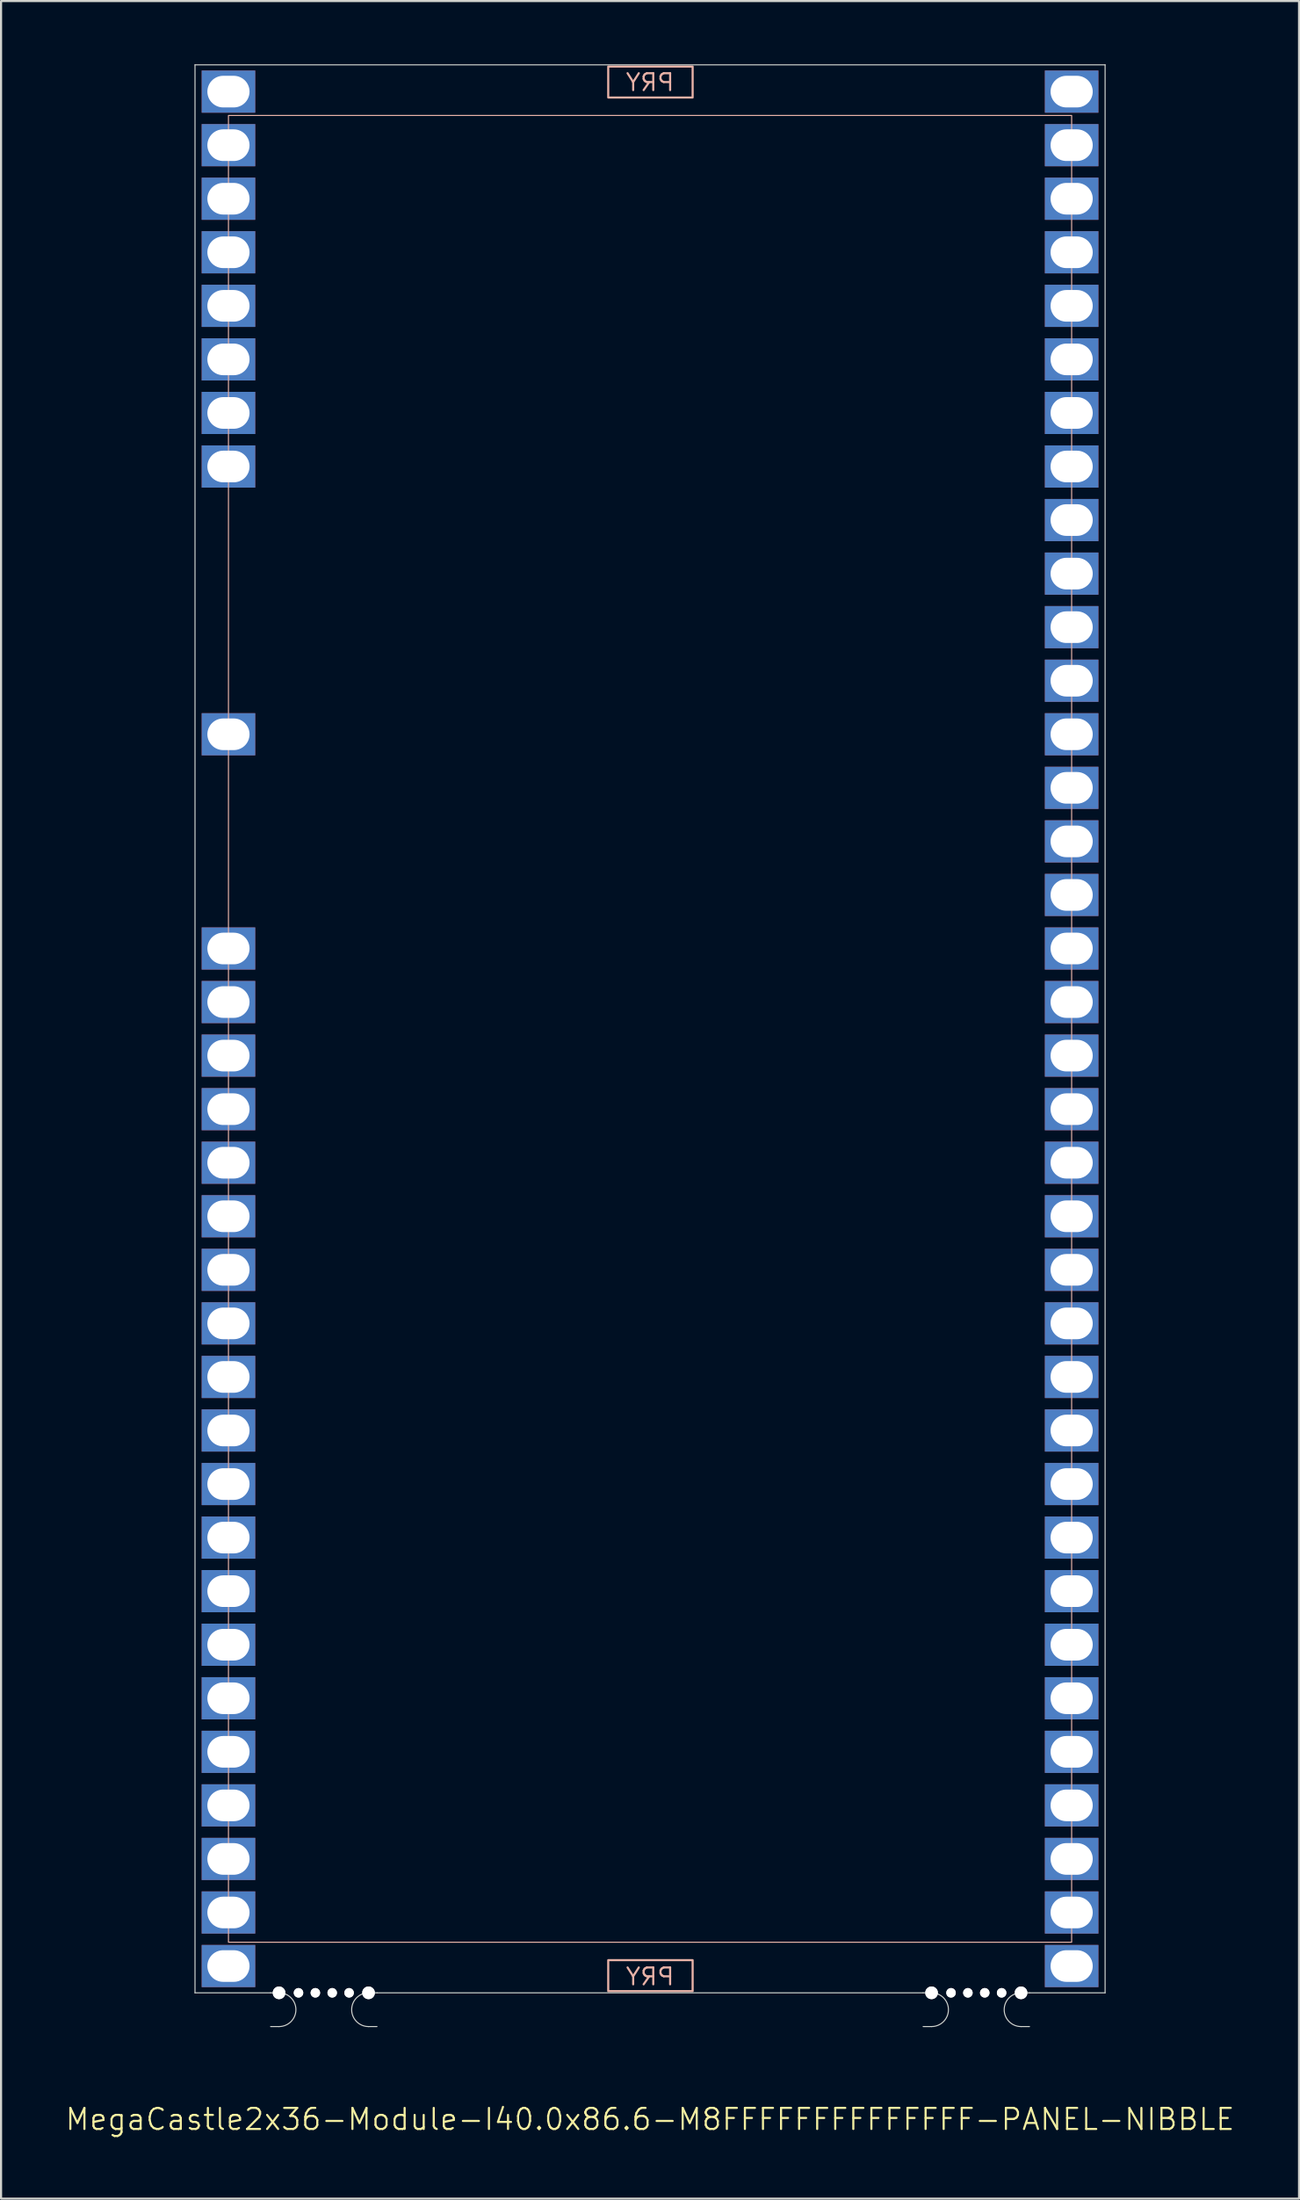
<source format=kicad_pcb>
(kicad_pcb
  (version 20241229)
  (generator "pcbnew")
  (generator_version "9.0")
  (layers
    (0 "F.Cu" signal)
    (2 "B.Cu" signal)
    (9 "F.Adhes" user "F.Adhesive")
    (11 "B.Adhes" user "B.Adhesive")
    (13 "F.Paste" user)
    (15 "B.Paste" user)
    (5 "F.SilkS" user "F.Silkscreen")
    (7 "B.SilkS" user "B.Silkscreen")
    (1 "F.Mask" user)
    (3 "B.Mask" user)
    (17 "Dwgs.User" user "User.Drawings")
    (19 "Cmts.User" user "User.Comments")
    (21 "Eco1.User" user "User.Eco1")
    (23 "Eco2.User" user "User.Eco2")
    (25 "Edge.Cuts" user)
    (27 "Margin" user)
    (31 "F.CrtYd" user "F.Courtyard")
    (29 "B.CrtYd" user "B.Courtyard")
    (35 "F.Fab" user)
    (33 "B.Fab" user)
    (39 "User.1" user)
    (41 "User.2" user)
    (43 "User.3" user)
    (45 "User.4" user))
  (footprint "MegaCastle2x36-Module-I40.0x86.6-M8FFFFFFFFFFFFFF-PANEL-NIBBLE"
    (layer "F.Cu")
    (at 27.788 45.745)
    (property "Reference" "MegaCastle2x36-Module-I40.0x86.6-M8FFFFFFFFFFFFFF-PANEL-NIBBLE" (at 0 51.72 0) (unlocked yes) (layer "F.SilkS") (effects (font (size 1 1) (thickness 0.1))))
    (attr smd)
    (fp_rect (start -20 43.32) (end 20 -43.32) (stroke (width 0.05) (type default)) (fill no) (layer "B.SilkS"))
    (fp_rect (start -1.984 -44.171) (end 2.02 -45.64) (stroke (width 0.1) (type default)) (fill no) (layer "B.SilkS"))
    (fp_rect (start -1.984 44.171) (end 2.02 45.64) (stroke (width 0.1) (type default)) (fill no) (layer "B.SilkS"))
    (fp_line (start -21.587 -45.72) (end -21.587 45.72) (stroke (width 0.05) (type default)) (layer "Edge.Cuts"))
    (fp_line (start -21.587 -45.72) (end 21.587 -45.72) (stroke (width 0.05) (type default)) (layer "Edge.Cuts"))
    (fp_line (start -21.587 45.72) (end -18 45.72) (stroke (width 0.05) (type default)) (layer "Edge.Cuts"))
    (fp_line (start -18 45.72) (end -17.6 45.72) (stroke (width 0.05) (type default)) (layer "Edge.Cuts"))
    (fp_line (start -18 47.32) (end -17.6 47.32) (stroke (width 0.05) (type default)) (layer "Edge.Cuts"))
    (fp_line (start -12.955 45.72) (end -13.355 45.72) (stroke (width 0.05) (type default)) (layer "Edge.Cuts"))
    (fp_line (start -12.955 45.72) (end 12.955 45.72) (stroke (width 0.05) (type default)) (layer "Edge.Cuts"))
    (fp_line (start -12.955 47.32) (end -13.355 47.32) (stroke (width 0.05) (type default)) (layer "Edge.Cuts"))
    (fp_line (start 12.955 45.72) (end 13.355 45.72) (stroke (width 0.05) (type default)) (layer "Edge.Cuts"))
    (fp_line (start 12.955 47.32) (end 13.355 47.32) (stroke (width 0.05) (type default)) (layer "Edge.Cuts"))
    (fp_line (start 18 45.72) (end 17.6 45.72) (stroke (width 0.05) (type default)) (layer "Edge.Cuts"))
    (fp_line (start 18 45.72) (end 21.587 45.72) (stroke (width 0.05) (type default)) (layer "Edge.Cuts"))
    (fp_line (start 18 47.32) (end 17.6 47.32) (stroke (width 0.05) (type default)) (layer "Edge.Cuts"))
    (fp_line (start 21.587 -45.72) (end 21.587 45.72) (stroke (width 0.05) (type default)) (layer "Edge.Cuts"))
    (fp_arc (start -17.6 45.720001) (mid -16.799999 46.52) (end -17.6 47.32) (stroke (width 0.05) (type default)) (layer "Edge.Cuts"))
    (fp_arc (start -13.355 47.32) (mid -14.154999 46.520001) (end -13.355 45.720001) (stroke (width 0.05) (type default)) (layer "Edge.Cuts"))
    (fp_arc (start 13.355001 45.720001) (mid 14.155002 46.52) (end 13.355001 47.32) (stroke (width 0.05) (type default)) (layer "Edge.Cuts"))
    (fp_arc (start 17.600002 47.32) (mid 16.8 46.52) (end 17.600002 45.720001) (stroke (width 0.05) (type default)) (layer "Edge.Cuts"))
    (fp_text user "PRY" (at 0 45.42 0) (unlocked yes) (layer "B.SilkS") (effects (font (size 0.8 0.8) (thickness 0.1)) (justify bottom mirror)))
    (fp_text user "PRY" (at 0 -44.42 0) (unlocked yes) (layer "B.SilkS") (effects (font (size 0.8 0.8) (thickness 0.1)) (justify bottom mirror)))
    (pad "" np_thru_hole circle (at -17.6 45.72) (size 0.6 0.6) (drill 0.6) (layers "*.Cu" "Edge.Cuts"))
    (pad "" np_thru_hole circle (at -16.677 45.72) (size 0.45 0.45) (drill 0.45) (layers "*.Cu" "Edge.Cuts"))
    (pad "" np_thru_hole circle (at -15.878 45.72) (size 0.45 0.45) (drill 0.45) (layers "*.Cu" "Edge.Cuts"))
    (pad "" np_thru_hole circle (at -15.078 45.72) (size 0.45 0.45) (drill 0.45) (layers "*.Cu" "Edge.Cuts"))
    (pad "" np_thru_hole circle (at -14.277 45.72) (size 0.45 0.45) (drill 0.45) (layers "*.Cu" "Edge.Cuts"))
    (pad "" np_thru_hole circle (at -13.355 45.72) (size 0.6 0.6) (drill 0.6) (layers "*.Cu" "Edge.Cuts"))
    (pad "" np_thru_hole circle (at 13.355 45.72) (size 0.6 0.6) (drill 0.6) (layers "*.Cu" "Edge.Cuts"))
    (pad "" np_thru_hole circle (at 14.278 45.72) (size 0.45 0.45) (drill 0.45) (layers "*.Cu" "Edge.Cuts"))
    (pad "" np_thru_hole circle (at 15.078 45.72) (size 0.45 0.45) (drill 0.45) (layers "*.Cu" "Edge.Cuts"))
    (pad "" np_thru_hole circle (at 15.878 45.72) (size 0.45 0.45) (drill 0.45) (layers "*.Cu" "Edge.Cuts"))
    (pad "" np_thru_hole circle (at 16.678 45.72) (size 0.45 0.45) (drill 0.45) (layers "*.Cu" "Edge.Cuts"))
    (pad "" np_thru_hole circle (at 17.6 45.72) (size 0.6 0.6) (drill 0.6) (layers "*.Cu" "Edge.Cuts"))
    (pad "1" thru_hole rect (at -20 -44.45) (size 2.54 2) (drill oval 2 1.5) (property pad_prop_castellated) (layers "*.Cu" "*.Mask"))
    (pad "2" thru_hole rect (at -20 -41.91) (size 2.54 2) (drill oval 2 1.5) (property pad_prop_castellated) (layers "*.Cu" "*.Mask"))
    (pad "3" thru_hole rect (at -20 -39.37) (size 2.54 2) (drill oval 2 1.5) (property pad_prop_castellated) (layers "*.Cu" "*.Mask"))
    (pad "4" thru_hole rect (at -20 -36.83) (size 2.54 2) (drill oval 2 1.5) (property pad_prop_castellated) (layers "*.Cu" "*.Mask"))
    (pad "5" thru_hole rect (at -20 -34.29) (size 2.54 2) (drill oval 2 1.5) (property pad_prop_castellated) (layers "*.Cu" "*.Mask"))
    (pad "6" thru_hole rect (at -20 -31.75) (size 2.54 2) (drill oval 2 1.5) (property pad_prop_castellated) (layers "*.Cu" "*.Mask"))
    (pad "7" thru_hole rect (at -20 -29.21) (size 2.54 2) (drill oval 2 1.5) (property pad_prop_castellated) (layers "*.Cu" "*.Mask"))
    (pad "8" thru_hole rect (at -20 -26.67) (size 2.54 2) (drill oval 2 1.5) (property pad_prop_castellated) (layers "*.Cu" "*.Mask"))
    (pad "13" thru_hole rect (at -20 -13.97) (size 2.54 2) (drill oval 2 1.5) (property pad_prop_castellated) (layers "*.Cu" "*.Mask"))
    (pad "17" thru_hole rect (at -20 -3.81) (size 2.54 2) (drill oval 2 1.5) (property pad_prop_castellated) (layers "*.Cu" "*.Mask"))
    (pad "18" thru_hole rect (at -20 -1.27) (size 2.54 2) (drill oval 2 1.5) (property pad_prop_castellated) (layers "*.Cu" "*.Mask"))
    (pad "19" thru_hole rect (at -20 1.27) (size 2.54 2) (drill oval 2 1.5) (property pad_prop_castellated) (layers "*.Cu" "*.Mask"))
    (pad "20" thru_hole rect (at -20 3.81) (size 2.54 2) (drill oval 2 1.5) (property pad_prop_castellated) (layers "*.Cu" "*.Mask"))
    (pad "21" thru_hole rect (at -20 6.35) (size 2.54 2) (drill oval 2 1.5) (property pad_prop_castellated) (layers "*.Cu" "*.Mask"))
    (pad "22" thru_hole rect (at -20 8.89) (size 2.54 2) (drill oval 2 1.5) (property pad_prop_castellated) (layers "*.Cu" "*.Mask"))
    (pad "23" thru_hole rect (at -20 11.43) (size 2.54 2) (drill oval 2 1.5) (property pad_prop_castellated) (layers "*.Cu" "*.Mask"))
    (pad "24" thru_hole rect (at -20 13.97) (size 2.54 2) (drill oval 2 1.5) (property pad_prop_castellated) (layers "*.Cu" "*.Mask"))
    (pad "25" thru_hole rect (at -20 16.51) (size 2.54 2) (drill oval 2 1.5) (property pad_prop_castellated) (layers "*.Cu" "*.Mask"))
    (pad "26" thru_hole rect (at -20 19.05) (size 2.54 2) (drill oval 2 1.5) (property pad_prop_castellated) (layers "*.Cu" "*.Mask"))
    (pad "27" thru_hole rect (at -20 21.59) (size 2.54 2) (drill oval 2 1.5) (property pad_prop_castellated) (layers "*.Cu" "*.Mask"))
    (pad "28" thru_hole rect (at -20 24.13) (size 2.54 2) (drill oval 2 1.5) (property pad_prop_castellated) (layers "*.Cu" "*.Mask"))
    (pad "29" thru_hole rect (at -20 26.67) (size 2.54 2) (drill oval 2 1.5) (property pad_prop_castellated) (layers "*.Cu" "*.Mask"))
    (pad "30" thru_hole rect (at -20 29.21) (size 2.54 2) (drill oval 2 1.5) (property pad_prop_castellated) (layers "*.Cu" "*.Mask"))
    (pad "31" thru_hole rect (at -20 31.75) (size 2.54 2) (drill oval 2 1.5) (property pad_prop_castellated) (layers "*.Cu" "*.Mask"))
    (pad "32" thru_hole rect (at -20 34.29) (size 2.54 2) (drill oval 2 1.5) (property pad_prop_castellated) (layers "*.Cu" "*.Mask"))
    (pad "33" thru_hole rect (at -20 36.83) (size 2.54 2) (drill oval 2 1.5) (property pad_prop_castellated) (layers "*.Cu" "*.Mask"))
    (pad "34" thru_hole rect (at -20 39.37) (size 2.54 2) (drill oval 2 1.5) (property pad_prop_castellated) (layers "*.Cu" "*.Mask"))
    (pad "35" thru_hole rect (at -20 41.91) (size 2.54 2) (drill oval 2 1.5) (property pad_prop_castellated) (layers "*.Cu" "*.Mask"))
    (pad "36" thru_hole rect (at -20 44.45) (size 2.54 2) (drill oval 2 1.5) (property pad_prop_castellated) (layers "*.Cu" "*.Mask"))
    (pad "37" thru_hole rect (at 20 -44.45) (size 2.54 2) (drill oval 2 1.5) (property pad_prop_castellated) (layers "*.Cu" "*.Mask"))
    (pad "38" thru_hole rect (at 20 -41.91) (size 2.54 2) (drill oval 2 1.5) (property pad_prop_castellated) (layers "*.Cu" "*.Mask"))
    (pad "39" thru_hole rect (at 20 -39.37) (size 2.54 2) (drill oval 2 1.5) (property pad_prop_castellated) (layers "*.Cu" "*.Mask"))
    (pad "40" thru_hole rect (at 20 -36.83) (size 2.54 2) (drill oval 2 1.5) (property pad_prop_castellated) (layers "*.Cu" "*.Mask"))
    (pad "41" thru_hole rect (at 20 -34.29) (size 2.54 2) (drill oval 2 1.5) (property pad_prop_castellated) (layers "*.Cu" "*.Mask"))
    (pad "42" thru_hole rect (at 20 -31.75) (size 2.54 2) (drill oval 2 1.5) (property pad_prop_castellated) (layers "*.Cu" "*.Mask"))
    (pad "43" thru_hole rect (at 20 -29.21) (size 2.54 2) (drill oval 2 1.5) (property pad_prop_castellated) (layers "*.Cu" "*.Mask"))
    (pad "44" thru_hole rect (at 20 -26.67) (size 2.54 2) (drill oval 2 1.5) (property pad_prop_castellated) (layers "*.Cu" "*.Mask"))
    (pad "45" thru_hole rect (at 20 -24.13) (size 2.54 2) (drill oval 2 1.5) (property pad_prop_castellated) (layers "*.Cu" "*.Mask"))
    (pad "46" thru_hole rect (at 20 -21.59) (size 2.54 2) (drill oval 2 1.5) (property pad_prop_castellated) (layers "*.Cu" "*.Mask"))
    (pad "47" thru_hole rect (at 20 -19.05) (size 2.54 2) (drill oval 2 1.5) (property pad_prop_castellated) (layers "*.Cu" "*.Mask"))
    (pad "48" thru_hole rect (at 20 -16.51) (size 2.54 2) (drill oval 2 1.5) (property pad_prop_castellated) (layers "*.Cu" "*.Mask"))
    (pad "49" thru_hole rect (at 20 -13.97) (size 2.54 2) (drill oval 2 1.5) (property pad_prop_castellated) (layers "*.Cu" "*.Mask"))
    (pad "50" thru_hole rect (at 20 -11.43) (size 2.54 2) (drill oval 2 1.5) (property pad_prop_castellated) (layers "*.Cu" "*.Mask"))
    (pad "51" thru_hole rect (at 20 -8.89) (size 2.54 2) (drill oval 2 1.5) (property pad_prop_castellated) (layers "*.Cu" "*.Mask"))
    (pad "52" thru_hole rect (at 20 -6.35) (size 2.54 2) (drill oval 2 1.5) (property pad_prop_castellated) (layers "*.Cu" "*.Mask"))
    (pad "53" thru_hole rect (at 20 -3.81) (size 2.54 2) (drill oval 2 1.5) (property pad_prop_castellated) (layers "*.Cu" "*.Mask"))
    (pad "54" thru_hole rect (at 20 -1.27) (size 2.54 2) (drill oval 2 1.5) (property pad_prop_castellated) (layers "*.Cu" "*.Mask"))
    (pad "55" thru_hole rect (at 20 1.27) (size 2.54 2) (drill oval 2 1.5) (property pad_prop_castellated) (layers "*.Cu" "*.Mask"))
    (pad "56" thru_hole rect (at 20 3.81) (size 2.54 2) (drill oval 2 1.5) (property pad_prop_castellated) (layers "*.Cu" "*.Mask"))
    (pad "57" thru_hole rect (at 20 6.35) (size 2.54 2) (drill oval 2 1.5) (property pad_prop_castellated) (layers "*.Cu" "*.Mask"))
    (pad "58" thru_hole rect (at 20 8.89) (size 2.54 2) (drill oval 2 1.5) (property pad_prop_castellated) (layers "*.Cu" "*.Mask"))
    (pad "59" thru_hole rect (at 20 11.43) (size 2.54 2) (drill oval 2 1.5) (property pad_prop_castellated) (layers "*.Cu" "*.Mask"))
    (pad "60" thru_hole rect (at 20 13.97) (size 2.54 2) (drill oval 2 1.5) (property pad_prop_castellated) (layers "*.Cu" "*.Mask"))
    (pad "61" thru_hole rect (at 20 16.51) (size 2.54 2) (drill oval 2 1.5) (property pad_prop_castellated) (layers "*.Cu" "*.Mask"))
    (pad "62" thru_hole rect (at 20 19.05) (size 2.54 2) (drill oval 2 1.5) (property pad_prop_castellated) (layers "*.Cu" "*.Mask"))
    (pad "63" thru_hole rect (at 20 21.59) (size 2.54 2) (drill oval 2 1.5) (property pad_prop_castellated) (layers "*.Cu" "*.Mask"))
    (pad "64" thru_hole rect (at 20 24.13) (size 2.54 2) (drill oval 2 1.5) (property pad_prop_castellated) (layers "*.Cu" "*.Mask"))
    (pad "65" thru_hole rect (at 20 26.67) (size 2.54 2) (drill oval 2 1.5) (property pad_prop_castellated) (layers "*.Cu" "*.Mask"))
    (pad "66" thru_hole rect (at 20 29.21) (size 2.54 2) (drill oval 2 1.5) (property pad_prop_castellated) (layers "*.Cu" "*.Mask"))
    (pad "67" thru_hole rect (at 20 31.75) (size 2.54 2) (drill oval 2 1.5) (property pad_prop_castellated) (layers "*.Cu" "*.Mask"))
    (pad "68" thru_hole rect (at 20 34.29) (size 2.54 2) (drill oval 2 1.5) (property pad_prop_castellated) (layers "*.Cu" "*.Mask"))
    (pad "69" thru_hole rect (at 20 36.83) (size 2.54 2) (drill oval 2 1.5) (property pad_prop_castellated) (layers "*.Cu" "*.Mask"))
    (pad "70" thru_hole rect (at 20 39.37) (size 2.54 2) (drill oval 2 1.5) (property pad_prop_castellated) (layers "*.Cu" "*.Mask"))
    (pad "71" thru_hole rect (at 20 41.91) (size 2.54 2) (drill oval 2 1.5) (property pad_prop_castellated) (layers "*.Cu" "*.Mask"))
    (pad "72" thru_hole rect (at 20 44.45) (size 2.54 2) (drill oval 2 1.5) (property pad_prop_castellated) (layers "*.Cu" "*.Mask"))
    (zone (net_name "") (layer "B.Cu") (hatch edge 0.5) (connect_pads) (min_thickness 0.25) (filled_areas_thickness no) (keepout (tracks allowed) (vias allowed) (pads allowed) (copperpour allowed) (footprints not_allowed)) (placement (enabled no)) (fill) (polygon (pts (xy 7.788 91.465) (xy 7.788 0.025))))
    (zone (net_name "") (layer "B.Cu") (hatch edge 0.5) (connect_pads) (min_thickness 0.25) (filled_areas_thickness no) (keepout (tracks allowed) (vias allowed) (pads allowed) (copperpour allowed) (footprints not_allowed)) (placement (enabled no)) (fill) (polygon (pts (xy 47.788 91.465) (xy 47.788 0.025))))
    (zone (net_name "") (layer "B.Cu") (hatch edge 0.5) (connect_pads) (min_thickness 0.25) (filled_areas_thickness no) (keepout (tracks allowed) (vias allowed) (pads allowed) (copperpour allowed) (footprints not_allowed)) (placement (enabled no)) (fill) (polygon (pts (xy 7.788 0.025) (xy 7.788 2.425) (xy 47.788 2.425) (xy 47.788 0.025))))
    (zone (net_name "") (layer "B.Cu") (hatch edge 0.5) (connect_pads) (min_thickness 0.25) (filled_areas_thickness no) (keepout (tracks allowed) (vias allowed) (pads allowed) (copperpour allowed) (footprints not_allowed)) (placement (enabled no)) (fill) (polygon (pts (xy 7.788 91.465) (xy 7.788 89.065) (xy 47.788 89.065) (xy 47.788 91.465))))
    (zone (net_name "") (layer "B.Cu") (name "Upper Pry Zone") (hatch edge 0.5) (connect_pads) (min_thickness 0.25) (filled_areas_thickness no) (keepout (tracks not_allowed) (vias not_allowed) (pads not_allowed) (copperpour allowed) (footprints not_allowed)) (placement (enabled no)) (fill) (polygon (pts (xy 25.804 1.574) (xy 25.804 0.105) (xy 29.808 0.105) (xy 29.808 1.574))))
    (zone (net_name "") (layer "B.Cu") (name "Upper Pry Zone") (hatch edge 0.5) (connect_pads) (min_thickness 0.25) (filled_areas_thickness no) (keepout (tracks not_allowed) (vias not_allowed) (pads not_allowed) (copperpour allowed) (footprints not_allowed)) (placement (enabled no)) (fill) (polygon (pts (xy 25.804 89.916) (xy 25.804 91.385) (xy 29.808 91.385) (xy 29.808 89.916)))))
  (gr_rect
    (start -3 -3)
    (end 58.576 101.226)
    (stroke (width 0.1) (type default))
    (fill no)
    (layer "Edge.Cuts")))
</source>
